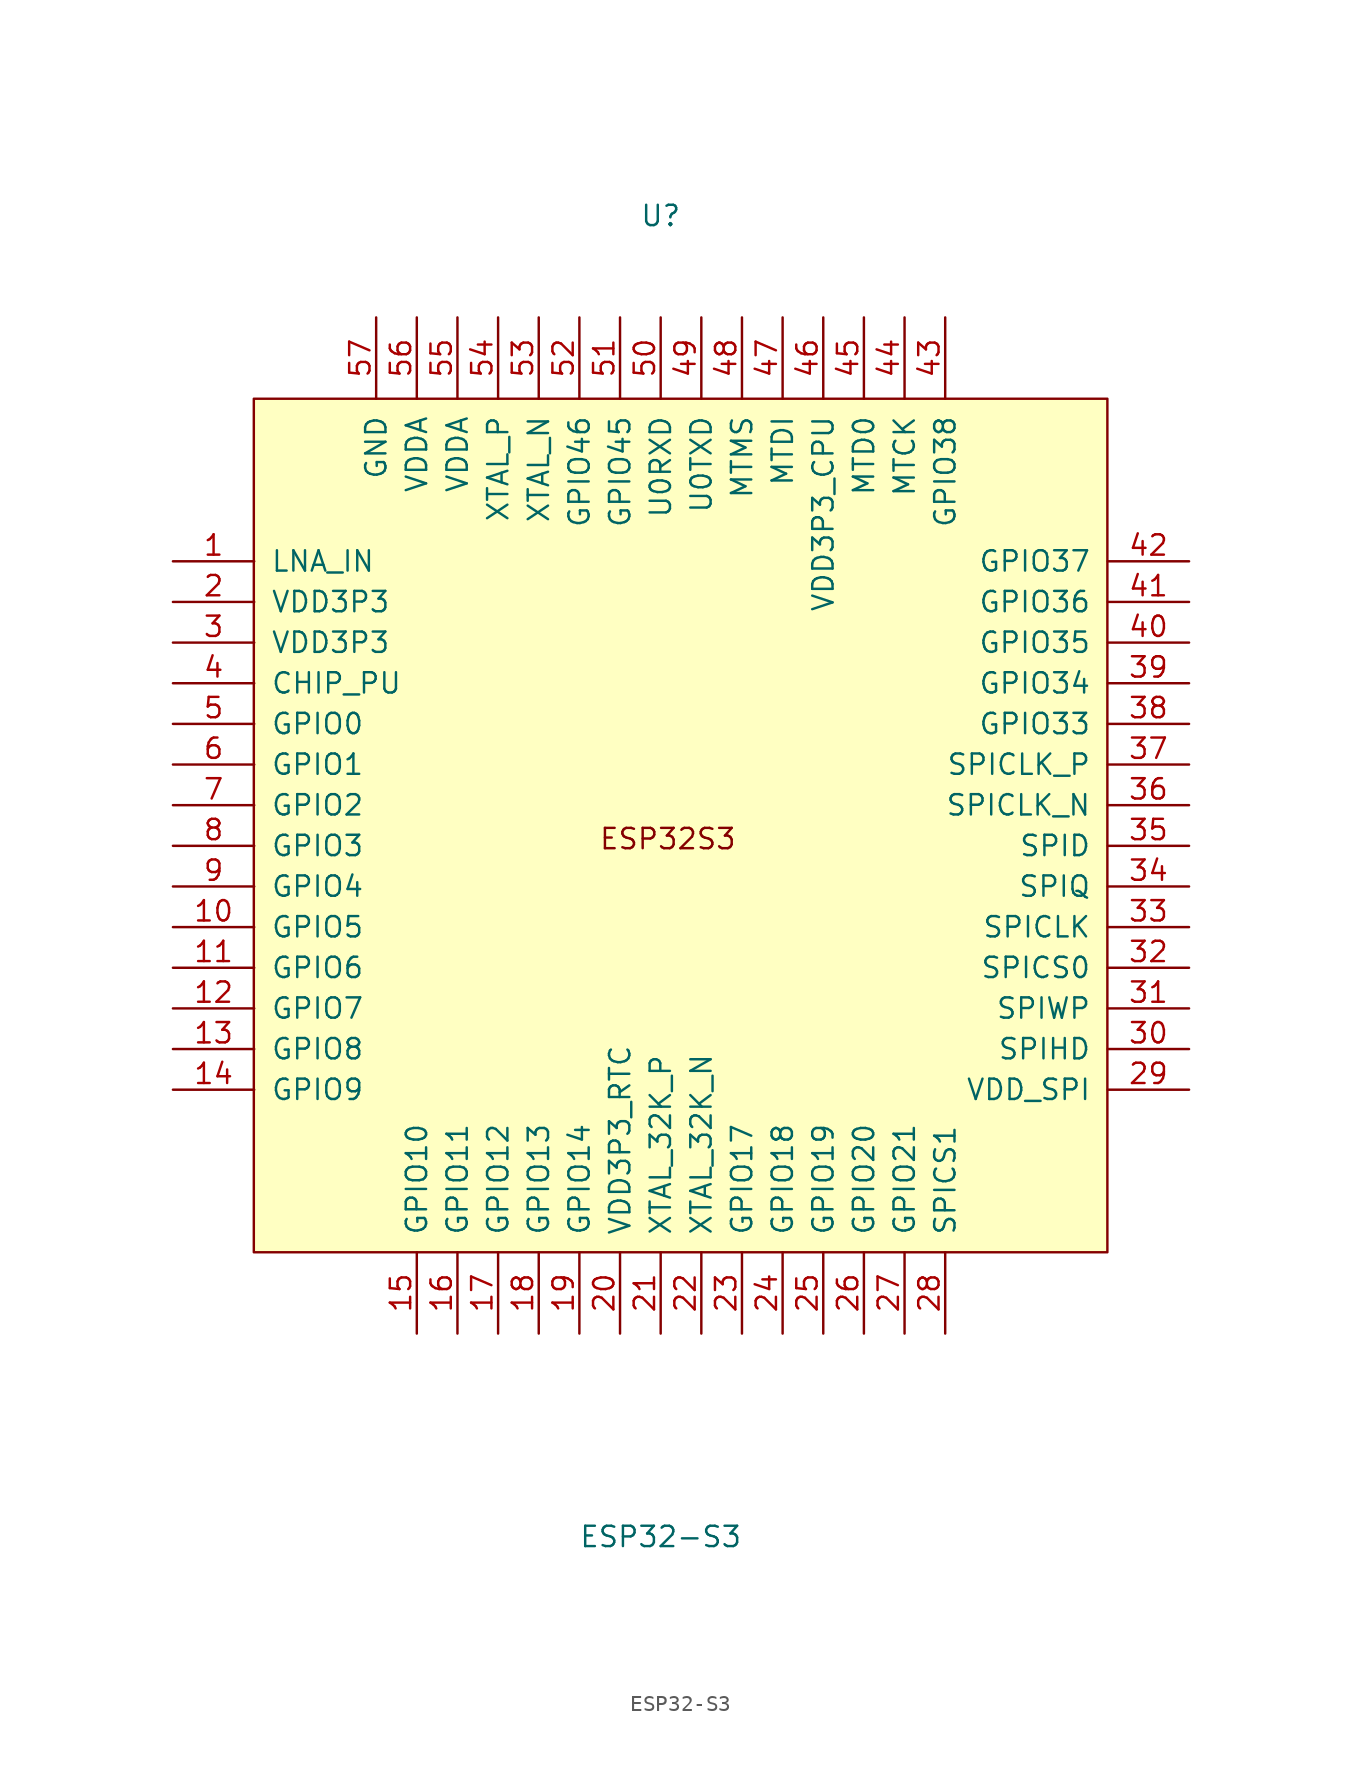
<source format=kicad_sym>
(kicad_symbol_lib
  (version 20211014)
  (generator kicad_symbol_editor)
  (symbol "ESP32-S3"
    (pin_names
      (offset 1.016))
    (property "Reference" "U"
      (at -30.48 46.99 0)
      (effects (font (size 1.27 1.27))))
    (property "Value" "ESP32-S3"
      (at -30.48 -35.56 0)
      (effects (font (size 1.27 1.27))))
    (symbol "ESP32-S3_1_1"
      (rectangle (start -55.905 35.56) (end -2.565 -17.78) (stroke (width 0.152) (type default) (color 0 0 0 0)) (fill (type background)))
      (text "ESP32S3" (at -34.366 8.052 0) (effects (font (size 1.27 1.27)) (justify left)))
      (pin input line (at -60.96 25.4 0) (length 5.08) (name "LNA_IN" (effects (font (size 1.27 1.27)))) (number "1" (effects (font (size 1.27 1.27)))))
      (pin input line (at -60.96 2.54 0) (length 5.08) (name "GPIO5" (effects (font (size 1.27 1.27)))) (number "10" (effects (font (size 1.27 1.27)))))
      (pin input line (at -60.96 0 0) (length 5.08) (name "GPIO6" (effects (font (size 1.27 1.27)))) (number "11" (effects (font (size 1.27 1.27)))))
      (pin input line (at -60.96 -2.54 0) (length 5.08) (name "GPIO7" (effects (font (size 1.27 1.27)))) (number "12" (effects (font (size 1.27 1.27)))))
      (pin input line (at -60.96 -5.08 0) (length 5.08) (name "GPIO8" (effects (font (size 1.27 1.27)))) (number "13" (effects (font (size 1.27 1.27)))))
      (pin input line (at -60.96 -7.62 0) (length 5.08) (name "GPIO9" (effects (font (size 1.27 1.27)))) (number "14" (effects (font (size 1.27 1.27)))))
      (pin input line (at -45.72 -22.86 90) (length 5.08) (name "GPIO10" (effects (font (size 1.27 1.27)))) (number "15" (effects (font (size 1.27 1.27)))))
      (pin input line (at -43.18 -22.86 90) (length 5.08) (name "GPIO11" (effects (font (size 1.27 1.27)))) (number "16" (effects (font (size 1.27 1.27)))))
      (pin input line (at -40.64 -22.86 90) (length 5.08) (name "GPIO12" (effects (font (size 1.27 1.27)))) (number "17" (effects (font (size 1.27 1.27)))))
      (pin input line (at -38.1 -22.86 90) (length 5.08) (name "GPIO13" (effects (font (size 1.27 1.27)))) (number "18" (effects (font (size 1.27 1.27)))))
      (pin input line (at -35.56 -22.86 90) (length 5.08) (name "GPIO14" (effects (font (size 1.27 1.27)))) (number "19" (effects (font (size 1.27 1.27)))))
      (pin input line (at -60.96 22.86 0) (length 5.08) (name "VDD3P3" (effects (font (size 1.27 1.27)))) (number "2" (effects (font (size 1.27 1.27)))))
      (pin input line (at -33.02 -22.86 90) (length 5.08) (name "VDD3P3_RTC" (effects (font (size 1.27 1.27)))) (number "20" (effects (font (size 1.27 1.27)))))
      (pin input line (at -30.48 -22.86 90) (length 5.08) (name "XTAL_32K_P" (effects (font (size 1.27 1.27)))) (number "21" (effects (font (size 1.27 1.27)))))
      (pin input line (at -27.94 -22.86 90) (length 5.08) (name "XTAL_32K_N" (effects (font (size 1.27 1.27)))) (number "22" (effects (font (size 1.27 1.27)))))
      (pin input line (at -25.4 -22.86 90) (length 5.08) (name "GPIO17" (effects (font (size 1.27 1.27)))) (number "23" (effects (font (size 1.27 1.27)))))
      (pin input line (at -22.86 -22.86 90) (length 5.08) (name "GPIO18" (effects (font (size 1.27 1.27)))) (number "24" (effects (font (size 1.27 1.27)))))
      (pin input line (at -20.32 -22.86 90) (length 5.08) (name "GPIO19" (effects (font (size 1.27 1.27)))) (number "25" (effects (font (size 1.27 1.27)))))
      (pin input line (at -17.78 -22.86 90) (length 5.08) (name "GPIO20" (effects (font (size 1.27 1.27)))) (number "26" (effects (font (size 1.27 1.27)))))
      (pin input line (at -15.24 -22.86 90) (length 5.08) (name "GPIO21" (effects (font (size 1.27 1.27)))) (number "27" (effects (font (size 1.27 1.27)))))
      (pin input line (at -12.7 -22.86 90) (length 5.08) (name "SPICS1" (effects (font (size 1.27 1.27)))) (number "28" (effects (font (size 1.27 1.27)))))
      (pin input line (at 2.54 -7.62 180) (length 5.08) (name "VDD_SPI" (effects (font (size 1.27 1.27)))) (number "29" (effects (font (size 1.27 1.27)))))
      (pin input line (at -60.96 20.32 0) (length 5.08) (name "VDD3P3" (effects (font (size 1.27 1.27)))) (number "3" (effects (font (size 1.27 1.27)))))
      (pin input line (at 2.54 -5.08 180) (length 5.08) (name "SPIHD" (effects (font (size 1.27 1.27)))) (number "30" (effects (font (size 1.27 1.27)))))
      (pin input line (at 2.54 -2.54 180) (length 5.08) (name "SPIWP" (effects (font (size 1.27 1.27)))) (number "31" (effects (font (size 1.27 1.27)))))
      (pin input line (at 2.54 0 180) (length 5.08) (name "SPICS0" (effects (font (size 1.27 1.27)))) (number "32" (effects (font (size 1.27 1.27)))))
      (pin input line (at 2.54 2.54 180) (length 5.08) (name "SPICLK" (effects (font (size 1.27 1.27)))) (number "33" (effects (font (size 1.27 1.27)))))
      (pin input line (at 2.54 5.08 180) (length 5.08) (name "SPIQ" (effects (font (size 1.27 1.27)))) (number "34" (effects (font (size 1.27 1.27)))))
      (pin input line (at 2.54 7.62 180) (length 5.08) (name "SPID" (effects (font (size 1.27 1.27)))) (number "35" (effects (font (size 1.27 1.27)))))
      (pin input line (at 2.54 10.16 180) (length 5.08) (name "SPICLK_N" (effects (font (size 1.27 1.27)))) (number "36" (effects (font (size 1.27 1.27)))))
      (pin input line (at 2.54 12.7 180) (length 5.08) (name "SPICLK_P" (effects (font (size 1.27 1.27)))) (number "37" (effects (font (size 1.27 1.27)))))
      (pin input line (at 2.54 15.24 180) (length 5.08) (name "GPIO33" (effects (font (size 1.27 1.27)))) (number "38" (effects (font (size 1.27 1.27)))))
      (pin input line (at 2.54 17.78 180) (length 5.08) (name "GPIO34" (effects (font (size 1.27 1.27)))) (number "39" (effects (font (size 1.27 1.27)))))
      (pin input line (at -60.96 17.78 0) (length 5.08) (name "CHIP_PU" (effects (font (size 1.27 1.27)))) (number "4" (effects (font (size 1.27 1.27)))))
      (pin input line (at 2.54 20.32 180) (length 5.08) (name "GPIO35" (effects (font (size 1.27 1.27)))) (number "40" (effects (font (size 1.27 1.27)))))
      (pin input line (at 2.54 22.86 180) (length 5.08) (name "GPIO36" (effects (font (size 1.27 1.27)))) (number "41" (effects (font (size 1.27 1.27)))))
      (pin input line (at 2.54 25.4 180) (length 5.08) (name "GPIO37" (effects (font (size 1.27 1.27)))) (number "42" (effects (font (size 1.27 1.27)))))
      (pin input line (at -12.7 40.64 270) (length 5.08) (name "GPIO38" (effects (font (size 1.27 1.27)))) (number "43" (effects (font (size 1.27 1.27)))))
      (pin input line (at -15.24 40.64 270) (length 5.08) (name "MTCK" (effects (font (size 1.27 1.27)))) (number "44" (effects (font (size 1.27 1.27)))))
      (pin input line (at -17.78 40.64 270) (length 5.08) (name "MTD0" (effects (font (size 1.27 1.27)))) (number "45" (effects (font (size 1.27 1.27)))))
      (pin input line (at -20.32 40.64 270) (length 5.08) (name "VDD3P3_CPU" (effects (font (size 1.27 1.27)))) (number "46" (effects (font (size 1.27 1.27)))))
      (pin input line (at -22.86 40.64 270) (length 5.08) (name "MTDI" (effects (font (size 1.27 1.27)))) (number "47" (effects (font (size 1.27 1.27)))))
      (pin input line (at -25.4 40.64 270) (length 5.08) (name "MTMS" (effects (font (size 1.27 1.27)))) (number "48" (effects (font (size 1.27 1.27)))))
      (pin input line (at -27.94 40.64 270) (length 5.08) (name "U0TXD" (effects (font (size 1.27 1.27)))) (number "49" (effects (font (size 1.27 1.27)))))
      (pin input line (at -60.96 15.24 0) (length 5.08) (name "GPIO0" (effects (font (size 1.27 1.27)))) (number "5" (effects (font (size 1.27 1.27)))))
      (pin input line (at -30.48 40.64 270) (length 5.08) (name "U0RXD" (effects (font (size 1.27 1.27)))) (number "50" (effects (font (size 1.27 1.27)))))
      (pin input line (at -33.02 40.64 270) (length 5.08) (name "GPIO45" (effects (font (size 1.27 1.27)))) (number "51" (effects (font (size 1.27 1.27)))))
      (pin input line (at -35.56 40.64 270) (length 5.08) (name "GPIO46" (effects (font (size 1.27 1.27)))) (number "52" (effects (font (size 1.27 1.27)))))
      (pin input line (at -38.1 40.64 270) (length 5.08) (name "XTAL_N" (effects (font (size 1.27 1.27)))) (number "53" (effects (font (size 1.27 1.27)))))
      (pin input line (at -40.64 40.64 270) (length 5.08) (name "XTAL_P" (effects (font (size 1.27 1.27)))) (number "54" (effects (font (size 1.27 1.27)))))
      (pin input line (at -43.18 40.64 270) (length 5.08) (name "VDDA" (effects (font (size 1.27 1.27)))) (number "55" (effects (font (size 1.27 1.27)))))
      (pin input line (at -45.72 40.64 270) (length 5.08) (name "VDDA" (effects (font (size 1.27 1.27)))) (number "56" (effects (font (size 1.27 1.27)))))
      (pin input line (at -48.26 40.64 270) (length 5.08) (name "GND" (effects (font (size 1.27 1.27)))) (number "57" (effects (font (size 1.27 1.27)))))
      (pin input line (at -60.96 12.7 0) (length 5.08) (name "GPIO1" (effects (font (size 1.27 1.27)))) (number "6" (effects (font (size 1.27 1.27)))))
      (pin input line (at -60.96 10.16 0) (length 5.08) (name "GPIO2" (effects (font (size 1.27 1.27)))) (number "7" (effects (font (size 1.27 1.27)))))
      (pin input line (at -60.96 7.62 0) (length 5.08) (name "GPIO3" (effects (font (size 1.27 1.27)))) (number "8" (effects (font (size 1.27 1.27)))))
      (pin input line (at -60.96 5.08 0) (length 5.08) (name "GPIO4" (effects (font (size 1.27 1.27)))) (number "9" (effects (font (size 1.27 1.27))))))))
</source>
